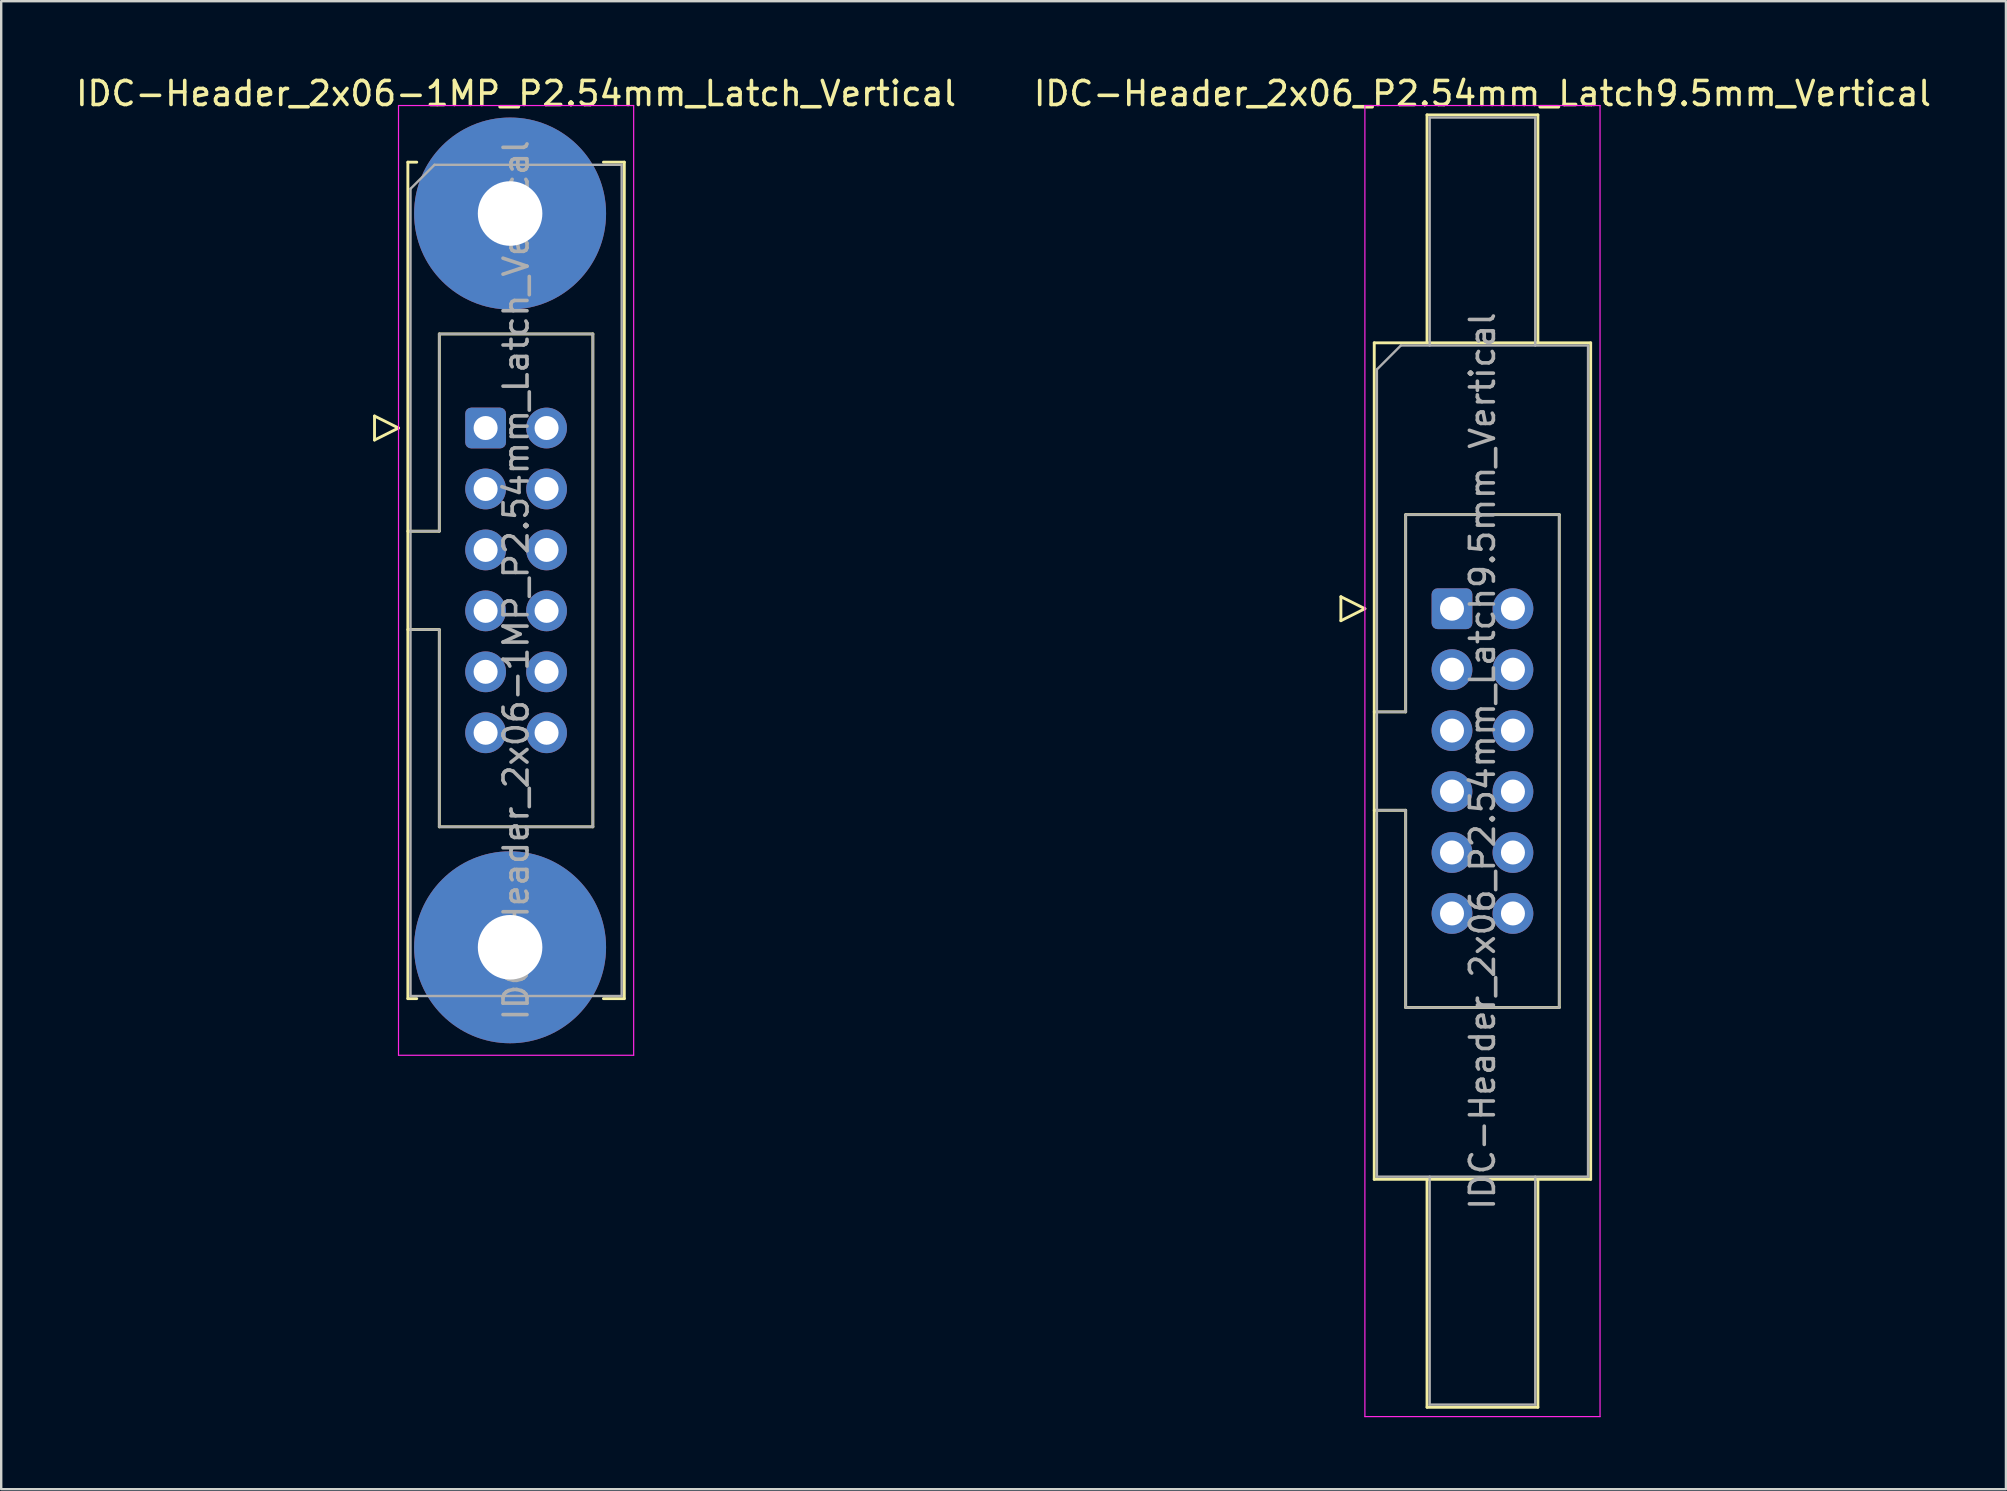
<source format=kicad_pcb>
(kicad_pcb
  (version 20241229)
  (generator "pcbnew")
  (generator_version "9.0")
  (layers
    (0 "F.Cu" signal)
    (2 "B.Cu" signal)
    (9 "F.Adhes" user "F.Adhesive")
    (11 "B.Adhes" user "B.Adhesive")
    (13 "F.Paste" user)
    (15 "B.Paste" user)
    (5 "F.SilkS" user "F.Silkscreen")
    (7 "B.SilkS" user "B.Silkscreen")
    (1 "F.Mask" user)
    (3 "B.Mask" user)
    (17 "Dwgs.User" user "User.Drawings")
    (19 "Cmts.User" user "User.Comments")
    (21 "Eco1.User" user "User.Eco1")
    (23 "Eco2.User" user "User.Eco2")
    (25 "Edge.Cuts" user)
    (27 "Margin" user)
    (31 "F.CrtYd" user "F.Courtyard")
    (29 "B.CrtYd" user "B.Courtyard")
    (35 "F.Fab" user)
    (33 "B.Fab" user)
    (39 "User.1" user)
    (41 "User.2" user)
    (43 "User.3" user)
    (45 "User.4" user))
  (footprint "IDC-Header_2x06_P2.54mm_Latch9.5mm_Vertical"
    (layer "F.Cu")
    (at 57.462 22.318)
    (property "Reference" "IDC-Header_2x06_P2.54mm_Latch9.5mm_Vertical" (at 1.27 -21.47 0) (layer "F.SilkS") (effects (font (size 1 1) (thickness 0.15))))
    (attr through_hole)
    (fp_line (start -4.63 -0.5) (end -4.63 0.5) (stroke (width 0.12) (type solid)) (layer "F.SilkS"))
    (fp_line (start -4.63 0.5) (end -3.63 0) (stroke (width 0.12) (type solid)) (layer "F.SilkS"))
    (fp_line (start -3.63 0) (end -4.63 -0.5) (stroke (width 0.12) (type solid)) (layer "F.SilkS"))
    (fp_line (start -3.24 -11.08) (end 5.78 -11.08) (stroke (width 0.12) (type solid)) (layer "F.SilkS"))
    (fp_line (start -3.24 4.3) (end -1.93 4.3) (stroke (width 0.12) (type solid)) (layer "F.SilkS"))
    (fp_line (start -3.24 23.78) (end -3.24 -11.08) (stroke (width 0.12) (type solid)) (layer "F.SilkS"))
    (fp_line (start -1.93 -3.92) (end 4.47 -3.92) (stroke (width 0.12) (type solid)) (layer "F.SilkS"))
    (fp_line (start -1.93 4.3) (end -1.93 -3.92) (stroke (width 0.12) (type solid)) (layer "F.SilkS"))
    (fp_line (start -1.93 8.4) (end -3.24 8.4) (stroke (width 0.12) (type solid)) (layer "F.SilkS"))
    (fp_line (start -1.93 16.62) (end -1.93 8.4) (stroke (width 0.12) (type solid)) (layer "F.SilkS"))
    (fp_line (start -1.04 -20.58) (end 3.58 -20.58) (stroke (width 0.12) (type solid)) (layer "F.SilkS"))
    (fp_line (start -1.04 -11.08) (end -1.04 -20.58) (stroke (width 0.12) (type solid)) (layer "F.SilkS"))
    (fp_line (start -1.04 23.78) (end -1.04 33.28) (stroke (width 0.12) (type solid)) (layer "F.SilkS"))
    (fp_line (start -1.04 33.28) (end 3.58 33.28) (stroke (width 0.12) (type solid)) (layer "F.SilkS"))
    (fp_line (start 3.58 -20.58) (end 3.58 -11.08) (stroke (width 0.12) (type solid)) (layer "F.SilkS"))
    (fp_line (start 3.58 33.28) (end 3.58 23.78) (stroke (width 0.12) (type solid)) (layer "F.SilkS"))
    (fp_line (start 4.47 -3.92) (end 4.47 16.62) (stroke (width 0.12) (type solid)) (layer "F.SilkS"))
    (fp_line (start 4.47 16.62) (end -1.93 16.62) (stroke (width 0.12) (type solid)) (layer "F.SilkS"))
    (fp_line (start 5.78 -11.08) (end 5.78 23.78) (stroke (width 0.12) (type solid)) (layer "F.SilkS"))
    (fp_line (start 5.78 23.78) (end -3.24 23.78) (stroke (width 0.12) (type solid)) (layer "F.SilkS"))
    (fp_line (start -3.63 -20.97) (end -3.63 33.67) (stroke (width 0.05) (type solid)) (layer "F.CrtYd"))
    (fp_line (start -3.63 33.67) (end 6.17 33.67) (stroke (width 0.05) (type solid)) (layer "F.CrtYd"))
    (fp_line (start 6.17 -20.97) (end -3.63 -20.97) (stroke (width 0.05) (type solid)) (layer "F.CrtYd"))
    (fp_line (start 6.17 33.67) (end 6.17 -20.97) (stroke (width 0.05) (type solid)) (layer "F.CrtYd"))
    (fp_line (start -3.13 -9.97) (end -2.13 -10.97) (stroke (width 0.1) (type solid)) (layer "F.Fab"))
    (fp_line (start -3.13 4.3) (end -1.93 4.3) (stroke (width 0.1) (type solid)) (layer "F.Fab"))
    (fp_line (start -3.13 23.67) (end -3.13 -9.97) (stroke (width 0.1) (type solid)) (layer "F.Fab"))
    (fp_line (start -2.13 -10.97) (end 5.67 -10.97) (stroke (width 0.1) (type solid)) (layer "F.Fab"))
    (fp_line (start -1.93 -3.92) (end 4.47 -3.92) (stroke (width 0.1) (type solid)) (layer "F.Fab"))
    (fp_line (start -1.93 4.3) (end -1.93 -3.92) (stroke (width 0.1) (type solid)) (layer "F.Fab"))
    (fp_line (start -1.93 8.4) (end -3.13 8.4) (stroke (width 0.1) (type solid)) (layer "F.Fab"))
    (fp_line (start -1.93 16.62) (end -1.93 8.4) (stroke (width 0.1) (type solid)) (layer "F.Fab"))
    (fp_line (start -0.93 -20.47) (end 3.47 -20.47) (stroke (width 0.1) (type solid)) (layer "F.Fab"))
    (fp_line (start -0.93 -10.97) (end -0.93 -20.47) (stroke (width 0.1) (type solid)) (layer "F.Fab"))
    (fp_line (start -0.93 23.67) (end -0.93 33.17) (stroke (width 0.1) (type solid)) (layer "F.Fab"))
    (fp_line (start -0.93 33.17) (end 3.47 33.17) (stroke (width 0.1) (type solid)) (layer "F.Fab"))
    (fp_line (start 3.47 -20.47) (end 3.47 -10.97) (stroke (width 0.1) (type solid)) (layer "F.Fab"))
    (fp_line (start 3.47 33.17) (end 3.47 23.67) (stroke (width 0.1) (type solid)) (layer "F.Fab"))
    (fp_line (start 4.47 -3.92) (end 4.47 16.62) (stroke (width 0.1) (type solid)) (layer "F.Fab"))
    (fp_line (start 4.47 16.62) (end -1.93 16.62) (stroke (width 0.1) (type solid)) (layer "F.Fab"))
    (fp_line (start 5.67 -10.97) (end 5.67 23.67) (stroke (width 0.1) (type solid)) (layer "F.Fab"))
    (fp_line (start 5.67 23.67) (end -3.13 23.67) (stroke (width 0.1) (type solid)) (layer "F.Fab"))
    (fp_text user "${REFERENCE}" (at 1.27 6.35 90) (layer "F.Fab") (effects (font (size 1 1) (thickness 0.15))))
    (pad "1" thru_hole roundrect (at 0 0) (size 1.7 1.7) (drill 1) (layers "*.Cu" "*.Mask") (roundrect_rratio 0.147))
    (pad "2" thru_hole circle (at 2.54 0) (size 1.7 1.7) (drill 1) (layers "*.Cu" "*.Mask"))
    (pad "3" thru_hole circle (at 0 2.54) (size 1.7 1.7) (drill 1) (layers "*.Cu" "*.Mask"))
    (pad "4" thru_hole circle (at 2.54 2.54) (size 1.7 1.7) (drill 1) (layers "*.Cu" "*.Mask"))
    (pad "5" thru_hole circle (at 0 5.08) (size 1.7 1.7) (drill 1) (layers "*.Cu" "*.Mask"))
    (pad "6" thru_hole circle (at 2.54 5.08) (size 1.7 1.7) (drill 1) (layers "*.Cu" "*.Mask"))
    (pad "7" thru_hole circle (at 0 7.62) (size 1.7 1.7) (drill 1) (layers "*.Cu" "*.Mask"))
    (pad "8" thru_hole circle (at 2.54 7.62) (size 1.7 1.7) (drill 1) (layers "*.Cu" "*.Mask"))
    (pad "9" thru_hole circle (at 0 10.16) (size 1.7 1.7) (drill 1) (layers "*.Cu" "*.Mask"))
    (pad "10" thru_hole circle (at 2.54 10.16) (size 1.7 1.7) (drill 1) (layers "*.Cu" "*.Mask"))
    (pad "11" thru_hole circle (at 0 12.7) (size 1.7 1.7) (drill 1) (layers "*.Cu" "*.Mask"))
    (pad "12" thru_hole circle (at 2.54 12.7) (size 1.7 1.7) (drill 1) (layers "*.Cu" "*.Mask")))
  (footprint "IDC-Header_2x06-1MP_P2.54mm_Latch_Vertical"
    (layer "F.Cu")
    (at 17.188 14.788)
    (property "Reference" "IDC-Header_2x06-1MP_P2.54mm_Latch_Vertical" (at 1.27 -13.94 0) (layer "F.SilkS") (effects (font (size 1 1) (thickness 0.15))))
    (attr through_hole)
    (fp_line (start -4.63 -0.5) (end -4.63 0.5) (stroke (width 0.12) (type solid)) (layer "F.SilkS"))
    (fp_line (start -4.63 0.5) (end -3.63 0) (stroke (width 0.12) (type solid)) (layer "F.SilkS"))
    (fp_line (start -3.63 0) (end -4.63 -0.5) (stroke (width 0.12) (type solid)) (layer "F.SilkS"))
    (fp_line (start -3.24 -11.08) (end -3.24 23.78) (stroke (width 0.12) (type solid)) (layer "F.SilkS"))
    (fp_line (start -3.24 4.3) (end -1.93 4.3) (stroke (width 0.12) (type solid)) (layer "F.SilkS"))
    (fp_line (start -3.24 23.78) (end -2.87 23.78) (stroke (width 0.12) (type solid)) (layer "F.SilkS"))
    (fp_line (start -2.87 -11.08) (end -3.24 -11.08) (stroke (width 0.12) (type solid)) (layer "F.SilkS"))
    (fp_line (start -1.93 -3.92) (end 4.47 -3.92) (stroke (width 0.12) (type solid)) (layer "F.SilkS"))
    (fp_line (start -1.93 4.3) (end -1.93 -3.92) (stroke (width 0.12) (type solid)) (layer "F.SilkS"))
    (fp_line (start -1.93 8.4) (end -3.24 8.4) (stroke (width 0.12) (type solid)) (layer "F.SilkS"))
    (fp_line (start -1.93 16.62) (end -1.93 8.4) (stroke (width 0.12) (type solid)) (layer "F.SilkS"))
    (fp_line (start 4.47 -3.92) (end 4.47 16.62) (stroke (width 0.12) (type solid)) (layer "F.SilkS"))
    (fp_line (start 4.47 16.62) (end -1.93 16.62) (stroke (width 0.12) (type solid)) (layer "F.SilkS"))
    (fp_line (start 4.91 -11.08) (end 5.78 -11.08) (stroke (width 0.12) (type solid)) (layer "F.SilkS"))
    (fp_line (start 5.78 -11.08) (end 5.78 23.78) (stroke (width 0.12) (type solid)) (layer "F.SilkS"))
    (fp_line (start 5.78 23.78) (end 4.91 23.78) (stroke (width 0.12) (type solid)) (layer "F.SilkS"))
    (fp_line (start -3.63 -13.44) (end -3.63 26.14) (stroke (width 0.05) (type solid)) (layer "F.CrtYd"))
    (fp_line (start -3.63 26.14) (end 6.17 26.14) (stroke (width 0.05) (type solid)) (layer "F.CrtYd"))
    (fp_line (start 6.17 -13.44) (end -3.63 -13.44) (stroke (width 0.05) (type solid)) (layer "F.CrtYd"))
    (fp_line (start 6.17 26.14) (end 6.17 -13.44) (stroke (width 0.05) (type solid)) (layer "F.CrtYd"))
    (fp_line (start -3.13 -9.97) (end -2.13 -10.97) (stroke (width 0.1) (type solid)) (layer "F.Fab"))
    (fp_line (start -3.13 4.3) (end -1.93 4.3) (stroke (width 0.1) (type solid)) (layer "F.Fab"))
    (fp_line (start -3.13 23.67) (end -3.13 -9.97) (stroke (width 0.1) (type solid)) (layer "F.Fab"))
    (fp_line (start -2.13 -10.97) (end 5.67 -10.97) (stroke (width 0.1) (type solid)) (layer "F.Fab"))
    (fp_line (start -1.93 -3.92) (end 4.47 -3.92) (stroke (width 0.1) (type solid)) (layer "F.Fab"))
    (fp_line (start -1.93 4.3) (end -1.93 -3.92) (stroke (width 0.1) (type solid)) (layer "F.Fab"))
    (fp_line (start -1.93 8.4) (end -3.13 8.4) (stroke (width 0.1) (type solid)) (layer "F.Fab"))
    (fp_line (start -1.93 16.62) (end -1.93 8.4) (stroke (width 0.1) (type solid)) (layer "F.Fab"))
    (fp_line (start 4.47 -3.92) (end 4.47 16.62) (stroke (width 0.1) (type solid)) (layer "F.Fab"))
    (fp_line (start 4.47 16.62) (end -1.93 16.62) (stroke (width 0.1) (type solid)) (layer "F.Fab"))
    (fp_line (start 5.67 -10.97) (end 5.67 23.67) (stroke (width 0.1) (type solid)) (layer "F.Fab"))
    (fp_line (start 5.67 23.67) (end -3.13 23.67) (stroke (width 0.1) (type solid)) (layer "F.Fab"))
    (fp_text user "${REFERENCE}" (at 1.27 6.35 90) (layer "F.Fab") (effects (font (size 1 1) (thickness 0.15))))
    (pad "1" thru_hole roundrect (at 0 0) (size 1.7 1.7) (drill 1) (layers "*.Cu" "*.Mask") (roundrect_rratio 0.147))
    (pad "2" thru_hole circle (at 2.54 0) (size 1.7 1.7) (drill 1) (layers "*.Cu" "*.Mask"))
    (pad "3" thru_hole circle (at 0 2.54) (size 1.7 1.7) (drill 1) (layers "*.Cu" "*.Mask"))
    (pad "4" thru_hole circle (at 2.54 2.54) (size 1.7 1.7) (drill 1) (layers "*.Cu" "*.Mask"))
    (pad "5" thru_hole circle (at 0 5.08) (size 1.7 1.7) (drill 1) (layers "*.Cu" "*.Mask"))
    (pad "6" thru_hole circle (at 2.54 5.08) (size 1.7 1.7) (drill 1) (layers "*.Cu" "*.Mask"))
    (pad "7" thru_hole circle (at 0 7.62) (size 1.7 1.7) (drill 1) (layers "*.Cu" "*.Mask"))
    (pad "8" thru_hole circle (at 2.54 7.62) (size 1.7 1.7) (drill 1) (layers "*.Cu" "*.Mask"))
    (pad "9" thru_hole circle (at 0 10.16) (size 1.7 1.7) (drill 1) (layers "*.Cu" "*.Mask"))
    (pad "10" thru_hole circle (at 2.54 10.16) (size 1.7 1.7) (drill 1) (layers "*.Cu" "*.Mask"))
    (pad "11" thru_hole circle (at 0 12.7) (size 1.7 1.7) (drill 1) (layers "*.Cu" "*.Mask"))
    (pad "12" thru_hole circle (at 2.54 12.7) (size 1.7 1.7) (drill 1) (layers "*.Cu" "*.Mask"))
    (pad "MP" thru_hole circle (at 1.02 -8.94) (size 8 8) (drill 2.69) (layers "*.Cu" "*.Mask"))
    (pad "MP" thru_hole circle (at 1.02 21.64) (size 8 8) (drill 2.69) (layers "*.Cu" "*.Mask")))
  (gr_rect
    (start -3 -3)
    (end 80.548 59.013)
    (stroke (width 0.1) (type default))
    (fill no)
    (layer "Edge.Cuts")))
</source>
